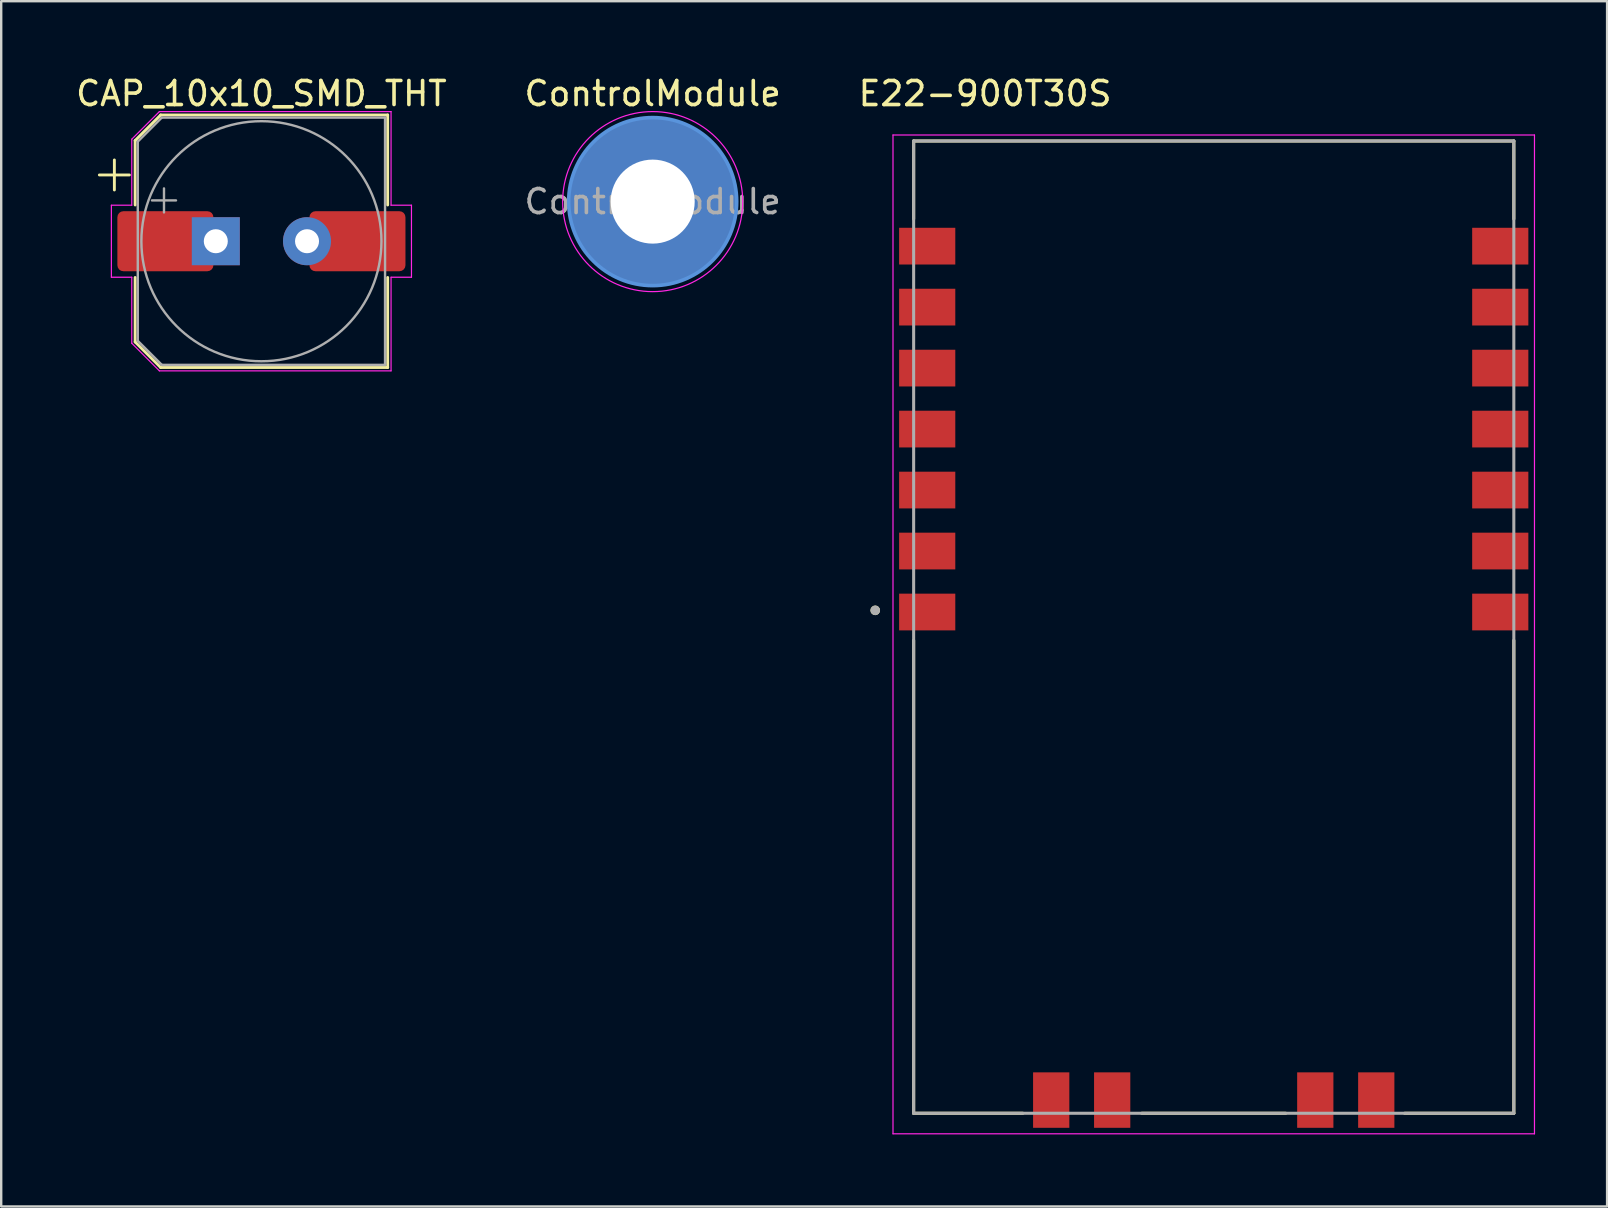
<source format=kicad_pcb>
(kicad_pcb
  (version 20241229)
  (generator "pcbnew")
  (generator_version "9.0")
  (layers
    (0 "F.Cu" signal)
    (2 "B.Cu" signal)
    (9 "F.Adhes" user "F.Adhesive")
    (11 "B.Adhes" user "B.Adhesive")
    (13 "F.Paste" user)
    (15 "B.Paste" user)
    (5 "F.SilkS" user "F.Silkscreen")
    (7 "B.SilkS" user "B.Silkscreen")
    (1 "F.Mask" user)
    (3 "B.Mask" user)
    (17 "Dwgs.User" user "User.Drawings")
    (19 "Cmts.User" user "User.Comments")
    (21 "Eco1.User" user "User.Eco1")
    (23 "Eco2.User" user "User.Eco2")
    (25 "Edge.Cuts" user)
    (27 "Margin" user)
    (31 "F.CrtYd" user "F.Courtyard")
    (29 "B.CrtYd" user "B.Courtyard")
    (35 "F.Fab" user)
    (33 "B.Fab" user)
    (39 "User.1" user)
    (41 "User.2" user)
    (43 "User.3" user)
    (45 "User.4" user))
  (footprint "CAP_10x10_SMD_THT"
    (layer "F.Cu")
    (at 7.839 6.998)
    (property "Reference" "CAP_10x10_SMD_THT" (at 0 -6.15 0) (layer "F.SilkS") (effects (font (size 1 1) (thickness 0.15))))
    (attr through_hole)
    (fp_line (start -6.75 -2.76) (end -5.5 -2.76) (stroke (width 0.12) (type solid)) (layer "F.SilkS"))
    (fp_line (start -6.125 -3.385) (end -6.125 -2.135) (stroke (width 0.12) (type solid)) (layer "F.SilkS"))
    (fp_line (start -5.26 -4.196) (end -5.26 -1.51) (stroke (width 0.12) (type solid)) (layer "F.SilkS"))
    (fp_line (start -5.26 -4.196) (end -4.196 -5.26) (stroke (width 0.12) (type solid)) (layer "F.SilkS"))
    (fp_line (start -5.26 4.196) (end -5.26 1.51) (stroke (width 0.12) (type solid)) (layer "F.SilkS"))
    (fp_line (start -5.26 4.196) (end -4.196 5.26) (stroke (width 0.12) (type solid)) (layer "F.SilkS"))
    (fp_line (start -4.196 -5.26) (end 5.26 -5.26) (stroke (width 0.12) (type solid)) (layer "F.SilkS"))
    (fp_line (start -4.196 5.26) (end 5.26 5.26) (stroke (width 0.12) (type solid)) (layer "F.SilkS"))
    (fp_line (start 5.26 -5.26) (end 5.26 -1.51) (stroke (width 0.12) (type solid)) (layer "F.SilkS"))
    (fp_line (start 5.26 5.26) (end 5.26 1.51) (stroke (width 0.12) (type solid)) (layer "F.SilkS"))
    (fp_line (start -6.25 -1.5) (end -6.25 1.5) (stroke (width 0.05) (type solid)) (layer "F.CrtYd"))
    (fp_line (start -6.25 1.5) (end -5.4 1.5) (stroke (width 0.05) (type solid)) (layer "F.CrtYd"))
    (fp_line (start -5.4 -4.25) (end -5.4 -1.5) (stroke (width 0.05) (type solid)) (layer "F.CrtYd"))
    (fp_line (start -5.4 -4.25) (end -4.25 -5.4) (stroke (width 0.05) (type solid)) (layer "F.CrtYd"))
    (fp_line (start -5.4 -1.5) (end -6.25 -1.5) (stroke (width 0.05) (type solid)) (layer "F.CrtYd"))
    (fp_line (start -5.4 1.5) (end -5.4 4.25) (stroke (width 0.05) (type solid)) (layer "F.CrtYd"))
    (fp_line (start -5.4 4.25) (end -4.25 5.4) (stroke (width 0.05) (type solid)) (layer "F.CrtYd"))
    (fp_line (start -4.25 -5.4) (end 5.4 -5.4) (stroke (width 0.05) (type solid)) (layer "F.CrtYd"))
    (fp_line (start -4.25 5.4) (end 5.4 5.4) (stroke (width 0.05) (type solid)) (layer "F.CrtYd"))
    (fp_line (start 5.4 -5.4) (end 5.4 -1.5) (stroke (width 0.05) (type solid)) (layer "F.CrtYd"))
    (fp_line (start 5.4 -1.5) (end 6.25 -1.5) (stroke (width 0.05) (type solid)) (layer "F.CrtYd"))
    (fp_line (start 5.4 1.5) (end 5.4 5.4) (stroke (width 0.05) (type solid)) (layer "F.CrtYd"))
    (fp_line (start 6.25 -1.5) (end 6.25 1.5) (stroke (width 0.05) (type solid)) (layer "F.CrtYd"))
    (fp_line (start 6.25 1.5) (end 5.4 1.5) (stroke (width 0.05) (type solid)) (layer "F.CrtYd"))
    (fp_line (start -5.15 -4.15) (end -5.15 4.15) (stroke (width 0.1) (type solid)) (layer "F.Fab"))
    (fp_line (start -5.15 -4.15) (end -4.15 -5.15) (stroke (width 0.1) (type solid)) (layer "F.Fab"))
    (fp_line (start -5.15 4.15) (end -4.15 5.15) (stroke (width 0.1) (type solid)) (layer "F.Fab"))
    (fp_line (start -4.558 -1.7) (end -3.558 -1.7) (stroke (width 0.1) (type solid)) (layer "F.Fab"))
    (fp_line (start -4.15 -5.15) (end 5.15 -5.15) (stroke (width 0.1) (type solid)) (layer "F.Fab"))
    (fp_line (start -4.15 5.15) (end 5.15 5.15) (stroke (width 0.1) (type solid)) (layer "F.Fab"))
    (fp_line (start -4.058 -2.2) (end -4.058 -1.2) (stroke (width 0.1) (type solid)) (layer "F.Fab"))
    (fp_line (start 5.15 -5.15) (end 5.15 5.15) (stroke (width 0.1) (type solid)) (layer "F.Fab"))
    (fp_circle (center 0 0) (end 5 0) (stroke (width 0.1) (type solid)) (fill no) (layer "F.Fab"))
    (pad "1" smd roundrect (at -4 0) (size 4 2.5) (layers "F.Cu" "F.Mask" "F.Paste") (roundrect_rratio 0.1))
    (pad "1" thru_hole rect (at -1.9 0) (size 2 2) (drill 1) (layers "*.Cu" "*.Mask"))
    (pad "2" thru_hole circle (at 1.9 0) (size 2 2) (drill 1) (layers "*.Cu" "*.Mask"))
    (pad "2" smd roundrect (at 4 0) (size 4 2.5) (layers "F.Cu" "F.Mask" "F.Paste") (roundrect_rratio 0.1)))
  (footprint "ControlModule"
    (layer "F.Cu")
    (at 24.137 5.348)
    (property "Reference" "ControlModule" (at 0 -4.5 0) (layer "F.SilkS") (effects (font (size 1 1) (thickness 0.15))))
    (attr exclude_from_pos_files exclude_from_bom)
    (fp_circle (center 0 0) (end 3.5 0) (stroke (width 0.15) (type solid)) (fill no) (layer "Cmts.User"))
    (fp_circle (center 0 0) (end 3.75 0) (stroke (width 0.05) (type solid)) (fill no) (layer "F.CrtYd"))
    (fp_text user "${REFERENCE}" (at 0 0 0) (layer "F.Fab") (effects (font (size 1 1) (thickness 0.15))))
    (pad "1" thru_hole circle (at 0 0) (size 7 7) (drill 3.5) (layers "*.Cu" "*.Mask")))
  (footprint "E22-900T30S"
    (layer "F.Cu")
    (at 47.507 23.073)
    (property "Reference" "E22-900T30S" (at -9.525 -22.225 0) (layer "F.SilkS") (effects (font (size 1 1) (thickness 0.15))))
    (attr smd)
    (fp_line (start -12.5 -20.25) (end 12.5 -20.25) (stroke (width 0.127) (type solid)) (layer "F.SilkS"))
    (fp_line (start -12.5 -17) (end -12.5 -20.25) (stroke (width 0.127) (type solid)) (layer "F.SilkS"))
    (fp_line (start -12.5 20.25) (end -12.5 0.55) (stroke (width 0.127) (type solid)) (layer "F.SilkS"))
    (fp_line (start -7.95 20.25) (end -12.5 20.25) (stroke (width 0.127) (type solid)) (layer "F.SilkS"))
    (fp_line (start -3 20.25) (end 3 20.25) (stroke (width 0.127) (type solid)) (layer "F.SilkS"))
    (fp_line (start 12.5 -20.25) (end 12.5 -17) (stroke (width 0.127) (type solid)) (layer "F.SilkS"))
    (fp_line (start 12.5 0.55) (end 12.5 20.25) (stroke (width 0.127) (type solid)) (layer "F.SilkS"))
    (fp_line (start 12.5 20.25) (end 7.95 20.25) (stroke (width 0.127) (type solid)) (layer "F.SilkS"))
    (fp_circle (center -14.1 -0.7) (end -14 -0.7) (stroke (width 0.2) (type solid)) (fill no) (layer "F.SilkS"))
    (fp_line (start -13.36 -20.5) (end 13.36 -20.5) (stroke (width 0.05) (type solid)) (layer "F.CrtYd"))
    (fp_line (start -13.36 21.105) (end -13.36 -20.5) (stroke (width 0.05) (type solid)) (layer "F.CrtYd"))
    (fp_line (start 13.36 -20.5) (end 13.36 21.105) (stroke (width 0.05) (type solid)) (layer "F.CrtYd"))
    (fp_line (start 13.36 21.105) (end -13.36 21.105) (stroke (width 0.05) (type solid)) (layer "F.CrtYd"))
    (fp_line (start -12.5 -20.25) (end 12.5 -20.25) (stroke (width 0.127) (type solid)) (layer "F.Fab"))
    (fp_line (start -12.5 20.25) (end -12.5 -20.25) (stroke (width 0.127) (type solid)) (layer "F.Fab"))
    (fp_line (start 12.5 -20.25) (end 12.5 20.25) (stroke (width 0.127) (type solid)) (layer "F.Fab"))
    (fp_line (start 12.5 20.25) (end -12.5 20.25) (stroke (width 0.127) (type solid)) (layer "F.Fab"))
    (fp_circle (center -14.1 -0.7) (end -14 -0.7) (stroke (width 0.2) (type solid)) (fill no) (layer "F.Fab"))
    (pad "1" smd rect (at -11.935 -0.63) (size 2.34 1.53) (layers "F.Cu" "F.Mask" "F.Paste"))
    (pad "2" smd rect (at -11.935 -3.17) (size 2.34 1.53) (layers "F.Cu" "F.Mask" "F.Paste"))
    (pad "3" smd rect (at -11.935 -5.71) (size 2.34 1.53) (layers "F.Cu" "F.Mask" "F.Paste"))
    (pad "4" smd rect (at -11.935 -8.25) (size 2.34 1.53) (layers "F.Cu" "F.Mask" "F.Paste"))
    (pad "5" smd rect (at -11.935 -10.79) (size 2.34 1.53) (layers "F.Cu" "F.Mask" "F.Paste"))
    (pad "6" smd rect (at -11.935 -13.33) (size 2.34 1.53) (layers "F.Cu" "F.Mask" "F.Paste"))
    (pad "7" smd rect (at -11.935 -15.87) (size 2.34 1.53) (layers "F.Cu" "F.Mask" "F.Paste"))
    (pad "8" smd rect (at 11.935 -15.87) (size 2.34 1.53) (layers "F.Cu" "F.Mask" "F.Paste"))
    (pad "9" smd rect (at 11.935 -13.33) (size 2.34 1.53) (layers "F.Cu" "F.Mask" "F.Paste"))
    (pad "10" smd rect (at 11.935 -10.79) (size 2.34 1.53) (layers "F.Cu" "F.Mask" "F.Paste"))
    (pad "11" smd rect (at 11.935 -8.25) (size 2.34 1.53) (layers "F.Cu" "F.Mask" "F.Paste"))
    (pad "12" smd rect (at 11.935 -5.71) (size 2.34 1.53) (layers "F.Cu" "F.Mask" "F.Paste"))
    (pad "13" smd rect (at 11.935 -3.17) (size 2.34 1.53) (layers "F.Cu" "F.Mask" "F.Paste"))
    (pad "14" smd rect (at 11.935 -0.63) (size 2.34 1.53) (layers "F.Cu" "F.Mask" "F.Paste"))
    (pad "15" smd rect (at 6.77 19.7) (size 1.51 2.31) (layers "F.Cu" "F.Mask" "F.Paste"))
    (pad "16" smd rect (at 4.23 19.7) (size 1.51 2.31) (layers "F.Cu" "F.Mask" "F.Paste"))
    (pad "17" smd rect (at -4.23 19.7) (size 1.51 2.31) (layers "F.Cu" "F.Mask" "F.Paste"))
    (pad "18" smd rect (at -6.77 19.7) (size 1.51 2.31) (layers "F.Cu" "F.Mask" "F.Paste")))
  (gr_rect
    (start -3 -3)
    (end 63.892 47.203)
    (stroke (width 0.1) (type default))
    (fill no)
    (layer "Edge.Cuts")))
</source>
